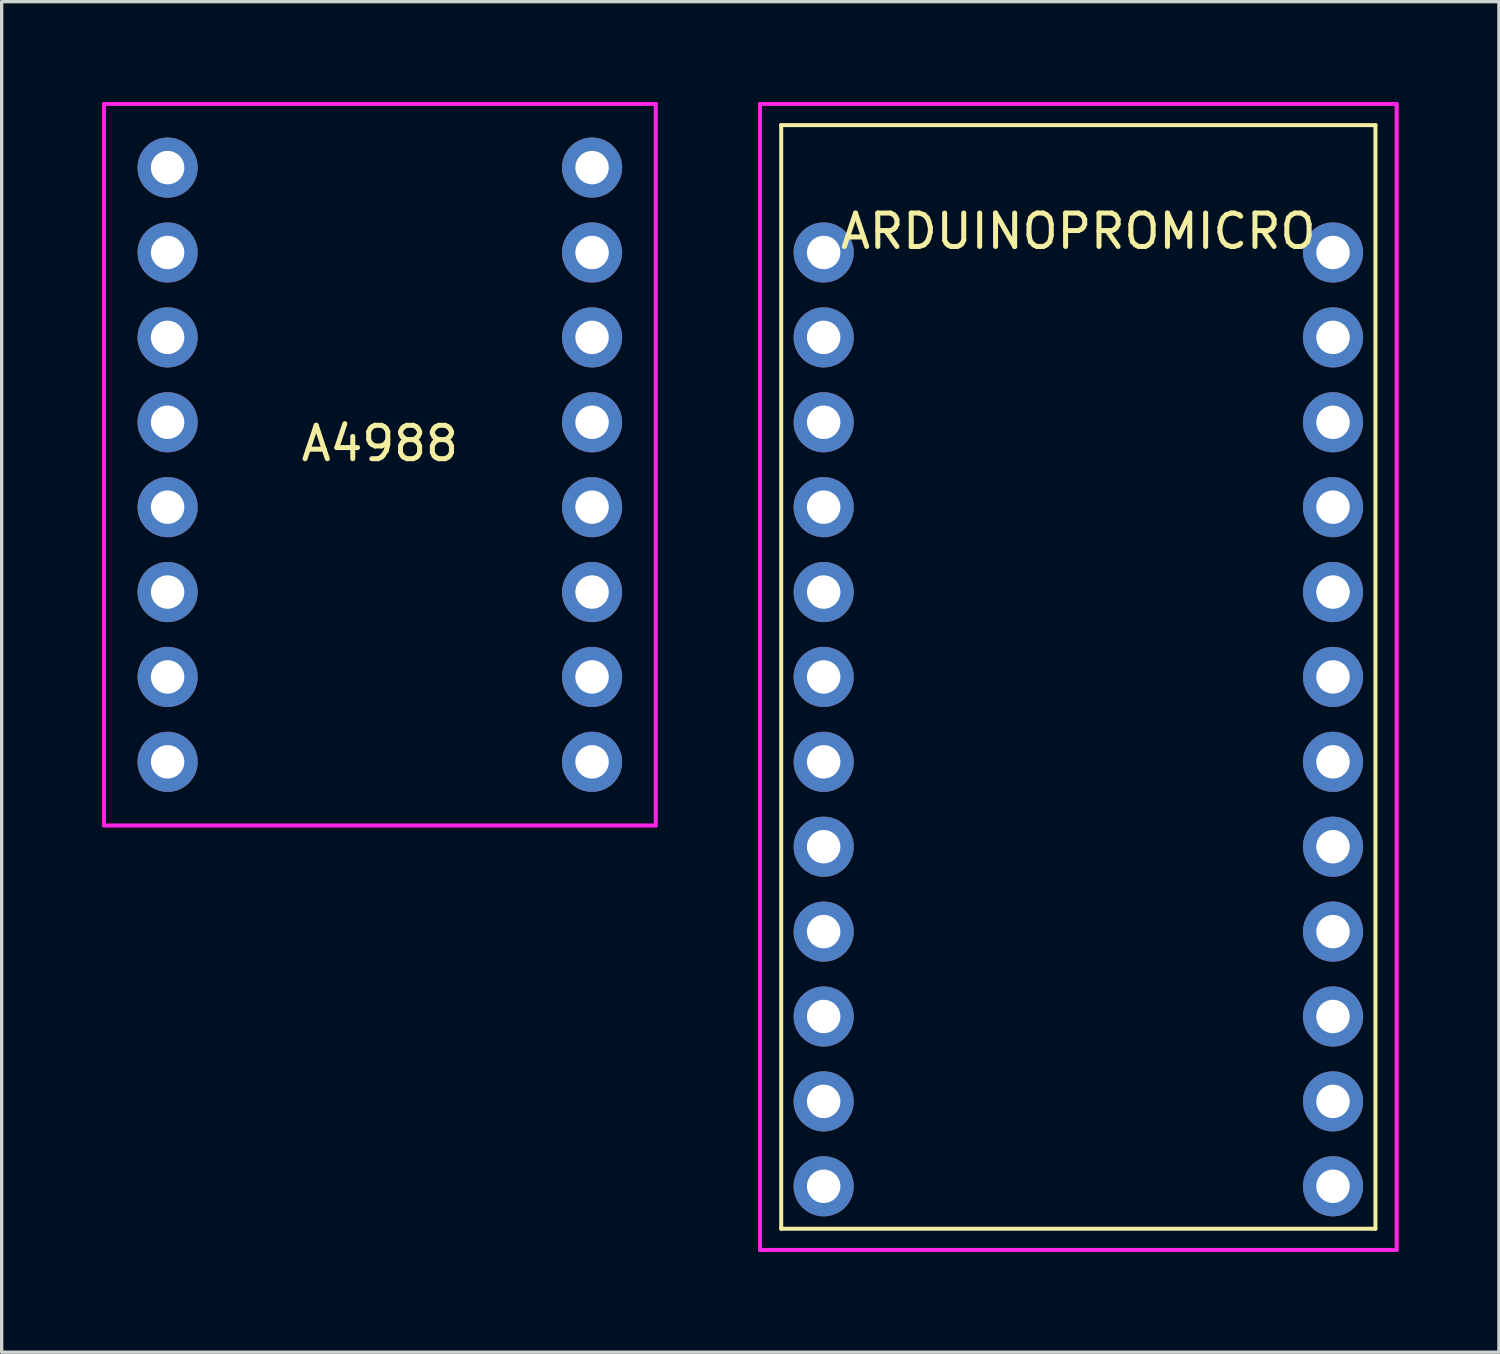
<source format=kicad_pcb>
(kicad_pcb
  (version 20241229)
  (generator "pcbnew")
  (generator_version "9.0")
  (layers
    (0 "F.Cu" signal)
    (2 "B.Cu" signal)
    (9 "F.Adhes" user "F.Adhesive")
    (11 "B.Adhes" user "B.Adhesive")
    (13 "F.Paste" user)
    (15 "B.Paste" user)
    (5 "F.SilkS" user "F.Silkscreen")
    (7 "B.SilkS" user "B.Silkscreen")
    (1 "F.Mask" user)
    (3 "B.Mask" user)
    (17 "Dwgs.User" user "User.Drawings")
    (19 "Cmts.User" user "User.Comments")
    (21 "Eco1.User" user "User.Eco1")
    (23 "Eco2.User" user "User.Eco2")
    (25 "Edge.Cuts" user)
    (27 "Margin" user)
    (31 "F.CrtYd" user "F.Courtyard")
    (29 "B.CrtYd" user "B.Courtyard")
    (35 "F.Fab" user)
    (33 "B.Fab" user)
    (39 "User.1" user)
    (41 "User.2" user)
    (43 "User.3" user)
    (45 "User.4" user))
  (footprint "ARDUINOPROMICRO"
    (layer "F.Cu")
    (at 29.215 17.205)
    (property "Reference" "ARDUINOPROMICRO" (at 0 -13.335 0) (layer "F.SilkS") (effects (font (size 1 1) (thickness 0.15))))
    (attr through_hole)
    (fp_line (start -8.89 -16.51) (end -8.89 16.51) (stroke (width 0.12) (type solid)) (layer "F.SilkS"))
    (fp_line (start -8.89 16.51) (end 8.89 16.51) (stroke (width 0.12) (type solid)) (layer "F.SilkS"))
    (fp_line (start 8.89 -16.51) (end -8.89 -16.51) (stroke (width 0.12) (type solid)) (layer "F.SilkS"))
    (fp_line (start 8.89 16.51) (end 8.89 -16.51) (stroke (width 0.12) (type solid)) (layer "F.SilkS"))
    (fp_line (start -9.525 -17.145) (end 9.525 -17.145) (stroke (width 0.12) (type solid)) (layer "F.CrtYd"))
    (fp_line (start -9.525 17.145) (end -9.525 -17.145) (stroke (width 0.12) (type solid)) (layer "F.CrtYd"))
    (fp_line (start 9.525 -17.145) (end 9.525 17.145) (stroke (width 0.12) (type solid)) (layer "F.CrtYd"))
    (fp_line (start 9.525 17.145) (end -9.525 17.145) (stroke (width 0.12) (type solid)) (layer "F.CrtYd"))
    (pad "1" thru_hole circle (at -7.62 -12.7) (size 1.8 1.8) (drill 1) (layers "*.Cu" "*.Mask"))
    (pad "2" thru_hole circle (at -7.62 -10.16) (size 1.8 1.8) (drill 1) (layers "*.Cu" "*.Mask"))
    (pad "3" thru_hole circle (at -7.62 -7.62) (size 1.8 1.8) (drill 1) (layers "*.Cu" "*.Mask"))
    (pad "4" thru_hole circle (at -7.62 -5.08) (size 1.8 1.8) (drill 1) (layers "*.Cu" "*.Mask"))
    (pad "5" thru_hole circle (at -7.62 -2.54) (size 1.8 1.8) (drill 1) (layers "*.Cu" "*.Mask"))
    (pad "6" thru_hole circle (at -7.62 0) (size 1.8 1.8) (drill 1) (layers "*.Cu" "*.Mask"))
    (pad "7" thru_hole circle (at -7.62 2.54) (size 1.8 1.8) (drill 1) (layers "*.Cu" "*.Mask"))
    (pad "8" thru_hole circle (at -7.62 5.08) (size 1.8 1.8) (drill 1) (layers "*.Cu" "*.Mask"))
    (pad "9" thru_hole circle (at -7.62 7.62) (size 1.8 1.8) (drill 1) (layers "*.Cu" "*.Mask"))
    (pad "10" thru_hole circle (at -7.62 10.16) (size 1.8 1.8) (drill 1) (layers "*.Cu" "*.Mask"))
    (pad "11" thru_hole circle (at -7.62 12.7) (size 1.8 1.8) (drill 1) (layers "*.Cu" "*.Mask"))
    (pad "12" thru_hole circle (at -7.62 15.24) (size 1.8 1.8) (drill 1) (layers "*.Cu" "*.Mask"))
    (pad "13" thru_hole circle (at 7.62 15.24) (size 1.8 1.8) (drill 1) (layers "*.Cu" "*.Mask"))
    (pad "14" thru_hole circle (at 7.62 12.7) (size 1.8 1.8) (drill 1) (layers "*.Cu" "*.Mask"))
    (pad "15" thru_hole circle (at 7.62 10.16) (size 1.8 1.8) (drill 1) (layers "*.Cu" "*.Mask"))
    (pad "16" thru_hole circle (at 7.62 7.62) (size 1.8 1.8) (drill 1) (layers "*.Cu" "*.Mask"))
    (pad "17" thru_hole circle (at 7.62 5.08) (size 1.8 1.8) (drill 1) (layers "*.Cu" "*.Mask"))
    (pad "18" thru_hole circle (at 7.62 2.54) (size 1.8 1.8) (drill 1) (layers "*.Cu" "*.Mask"))
    (pad "19" thru_hole circle (at 7.62 0) (size 1.8 1.8) (drill 1) (layers "*.Cu" "*.Mask"))
    (pad "20" thru_hole circle (at 7.62 -2.54) (size 1.8 1.8) (drill 1) (layers "*.Cu" "*.Mask"))
    (pad "21" thru_hole circle (at 7.62 -5.08) (size 1.8 1.8) (drill 1) (layers "*.Cu" "*.Mask"))
    (pad "22" thru_hole circle (at 7.62 -7.62) (size 1.8 1.8) (drill 1) (layers "*.Cu" "*.Mask"))
    (pad "23" thru_hole circle (at 7.62 -10.16) (size 1.8 1.8) (drill 1) (layers "*.Cu" "*.Mask"))
    (pad "24" thru_hole circle (at 7.62 -12.7) (size 1.8 1.8) (drill 1) (layers "*.Cu" "*.Mask")))
  (footprint "A4988"
    (layer "F.Cu")
    (at 1.965 1.965)
    (property "Reference" "A4988" (at 6.35 8.255 0) (layer "F.SilkS") (effects (font (size 1 1) (thickness 0.15))))
    (attr through_hole)
    (fp_line (start -1.27 -1.27) (end 13.97 -1.27) (stroke (width 0.12) (type solid)) (layer "B.Paste"))
    (fp_line (start -1.27 19.05) (end -1.27 -1.27) (stroke (width 0.12) (type solid)) (layer "B.Paste"))
    (fp_line (start 13.97 -1.27) (end 13.97 19.05) (stroke (width 0.12) (type solid)) (layer "B.Paste"))
    (fp_line (start 13.97 19.05) (end -1.27 19.05) (stroke (width 0.12) (type solid)) (layer "B.Paste"))
    (fp_line (start -1.905 -1.905) (end 14.605 -1.905) (stroke (width 0.12) (type solid)) (layer "F.CrtYd"))
    (fp_line (start -1.905 19.685) (end -1.905 -1.905) (stroke (width 0.12) (type solid)) (layer "F.CrtYd"))
    (fp_line (start 14.605 -1.905) (end 14.605 19.685) (stroke (width 0.12) (type solid)) (layer "F.CrtYd"))
    (fp_line (start 14.605 19.685) (end -1.905 19.685) (stroke (width 0.12) (type solid)) (layer "F.CrtYd"))
    (pad "1" thru_hole circle (at 0 0) (size 1.8 1.8) (drill 1) (layers "*.Cu" "*.Mask"))
    (pad "2" thru_hole circle (at 0 2.54) (size 1.8 1.8) (drill 1) (layers "*.Cu" "*.Mask"))
    (pad "3" thru_hole circle (at 0 5.08) (size 1.8 1.8) (drill 1) (layers "*.Cu" "*.Mask"))
    (pad "4" thru_hole circle (at 0 7.62) (size 1.8 1.8) (drill 1) (layers "*.Cu" "*.Mask"))
    (pad "5" thru_hole circle (at 0 10.16) (size 1.8 1.8) (drill 1) (layers "*.Cu" "*.Mask"))
    (pad "6" thru_hole circle (at 0 12.7) (size 1.8 1.8) (drill 1) (layers "*.Cu" "*.Mask"))
    (pad "7" thru_hole circle (at 0 15.24) (size 1.8 1.8) (drill 1) (layers "*.Cu" "*.Mask"))
    (pad "8" thru_hole circle (at 0 17.78) (size 1.8 1.8) (drill 1) (layers "*.Cu" "*.Mask"))
    (pad "9" thru_hole circle (at 12.7 17.78) (size 1.8 1.8) (drill 1) (layers "*.Cu" "*.Mask"))
    (pad "10" thru_hole circle (at 12.7 15.24) (size 1.8 1.8) (drill 1) (layers "*.Cu" "*.Mask"))
    (pad "11" thru_hole circle (at 12.7 12.7) (size 1.8 1.8) (drill 1) (layers "*.Cu" "*.Mask"))
    (pad "12" thru_hole circle (at 12.7 10.16) (size 1.8 1.8) (drill 1) (layers "*.Cu" "*.Mask"))
    (pad "13" thru_hole circle (at 12.7 7.62) (size 1.8 1.8) (drill 1) (layers "*.Cu" "*.Mask"))
    (pad "14" thru_hole circle (at 12.7 5.08) (size 1.8 1.8) (drill 1) (layers "*.Cu" "*.Mask"))
    (pad "15" thru_hole circle (at 12.7 2.54) (size 1.8 1.8) (drill 1) (layers "*.Cu" "*.Mask"))
    (pad "16" thru_hole circle (at 12.7 0) (size 1.8 1.8) (drill 1) (layers "*.Cu" "*.Mask")))
  (gr_rect
    (start -3 -3)
    (end 41.8 37.41)
    (stroke (width 0.1) (type default))
    (fill no)
    (layer "Edge.Cuts")))
</source>
